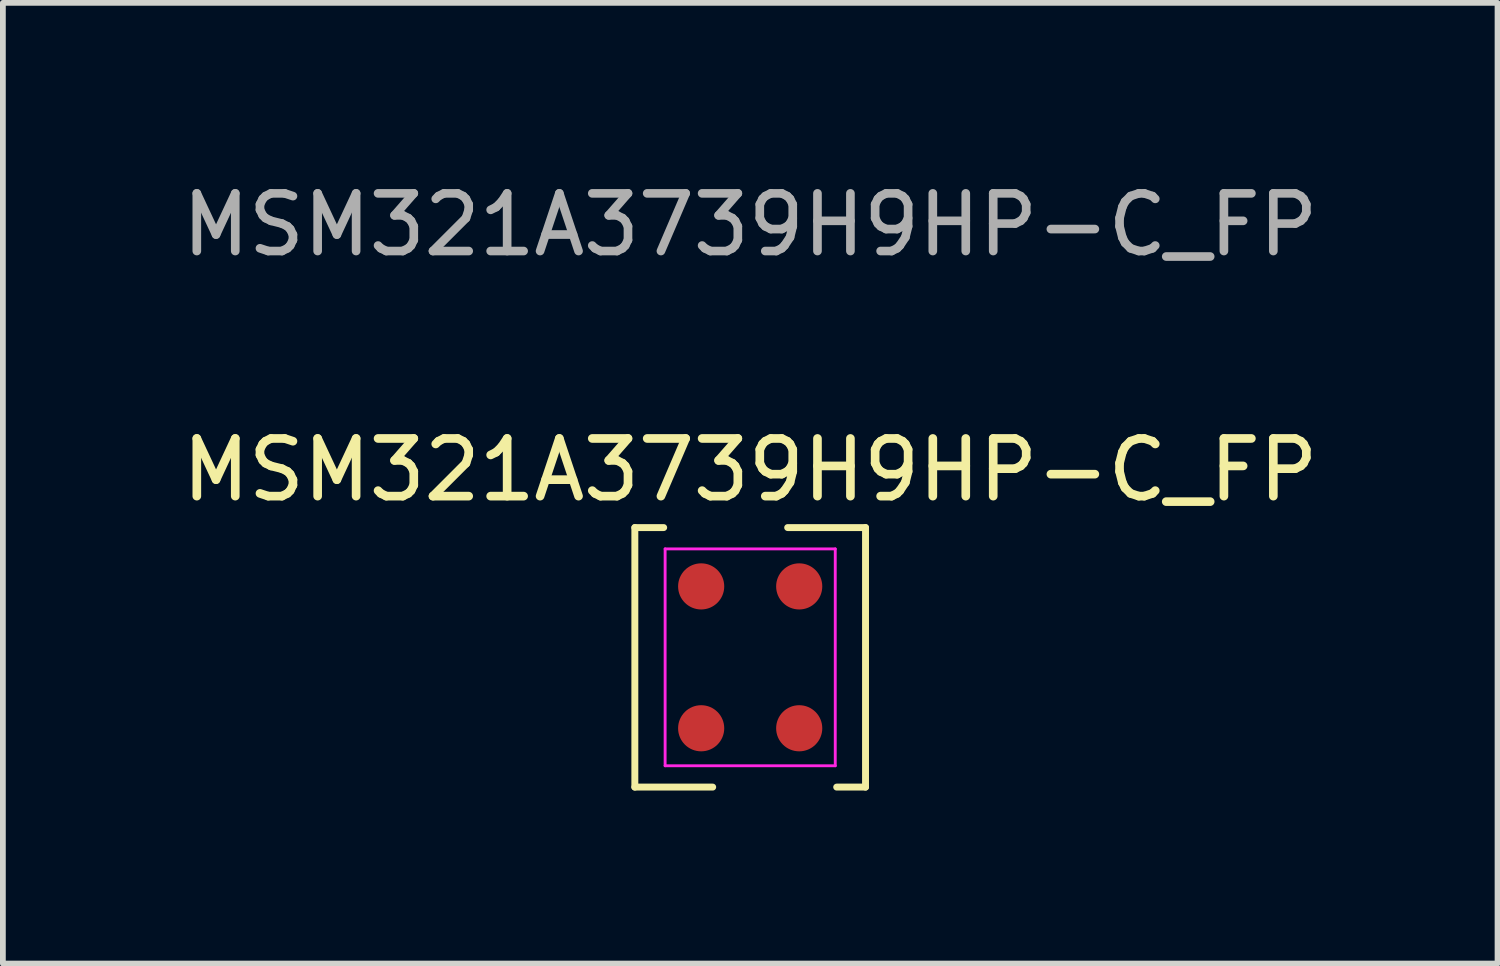
<source format=kicad_pcb>
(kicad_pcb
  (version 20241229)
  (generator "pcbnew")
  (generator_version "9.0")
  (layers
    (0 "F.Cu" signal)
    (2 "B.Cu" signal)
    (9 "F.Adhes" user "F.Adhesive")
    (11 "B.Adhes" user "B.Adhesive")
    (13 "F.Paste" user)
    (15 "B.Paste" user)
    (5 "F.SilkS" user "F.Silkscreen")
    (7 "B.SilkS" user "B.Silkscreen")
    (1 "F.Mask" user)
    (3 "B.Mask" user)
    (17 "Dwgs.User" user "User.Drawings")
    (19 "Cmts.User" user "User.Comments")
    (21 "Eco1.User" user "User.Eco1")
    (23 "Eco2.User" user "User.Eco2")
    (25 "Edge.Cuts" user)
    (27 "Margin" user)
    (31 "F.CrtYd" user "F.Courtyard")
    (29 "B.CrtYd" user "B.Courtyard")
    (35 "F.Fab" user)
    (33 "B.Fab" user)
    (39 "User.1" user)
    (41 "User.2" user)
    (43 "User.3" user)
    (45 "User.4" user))
  (footprint "MSM321A3739H9HP-C_FP"
    (layer "F.Cu")
    (at 9.958 8.348)
    (property "Reference" "MSM321A3739H9HP-C_FP" (at 0 -3.25 0) (layer "F.SilkS") (effects (font (size 1 1) (thickness 0.15))))
    (attr smd)
    (fp_line (start -2 -2.25) (end -2 2.25) (stroke (width 0.12) (type default)) (layer "F.SilkS"))
    (fp_line (start -2 2.25) (end -0.65 2.25) (stroke (width 0.12) (type default)) (layer "F.SilkS"))
    (fp_line (start -1.5 -2.25) (end -2 -2.25) (stroke (width 0.12) (type default)) (layer "F.SilkS"))
    (fp_line (start 0.65 -2.25) (end 2 -2.25) (stroke (width 0.12) (type default)) (layer "F.SilkS"))
    (fp_line (start 2 -2.25) (end 2 2.25) (stroke (width 0.12) (type default)) (layer "F.SilkS"))
    (fp_line (start 2 2.25) (end 1.5 2.25) (stroke (width 0.12) (type default)) (layer "F.SilkS"))
    (fp_line (start -1.475 -1.88) (end 1.475 -1.88) (stroke (width 0.05) (type default)) (layer "F.CrtYd"))
    (fp_line (start -1.475 1.88) (end -1.475 -1.88) (stroke (width 0.05) (type default)) (layer "F.CrtYd"))
    (fp_line (start 1.475 -1.88) (end 1.475 1.88) (stroke (width 0.05) (type default)) (layer "F.CrtYd"))
    (fp_line (start 1.475 1.88) (end -1.475 1.88) (stroke (width 0.05) (type default)) (layer "F.CrtYd"))
    (fp_text user "${REFERENCE}" (at 0 -7.5 0) (layer "F.Fab") (effects (font (size 1 1) (thickness 0.15))))
    (pad "1" smd circle (at -0.85 -1.23) (size 0.8 0.8) (layers "F.Cu" "F.Mask" "F.Paste"))
    (pad "2" smd circle (at -0.85 1.23) (size 0.8 0.8) (layers "F.Cu" "F.Mask" "F.Paste"))
    (pad "3" smd circle (at 0.85 -1.23) (size 0.8 0.8) (layers "F.Cu" "F.Mask" "F.Paste"))
    (pad "4" smd circle (at 0.85 1.23) (size 0.8 0.8) (layers "F.Cu" "F.Mask" "F.Paste")))
  (gr_rect
    (start -3 -3)
    (end 22.917 13.658)
    (stroke (width 0.1) (type default))
    (fill no)
    (layer "Edge.Cuts")))
</source>
